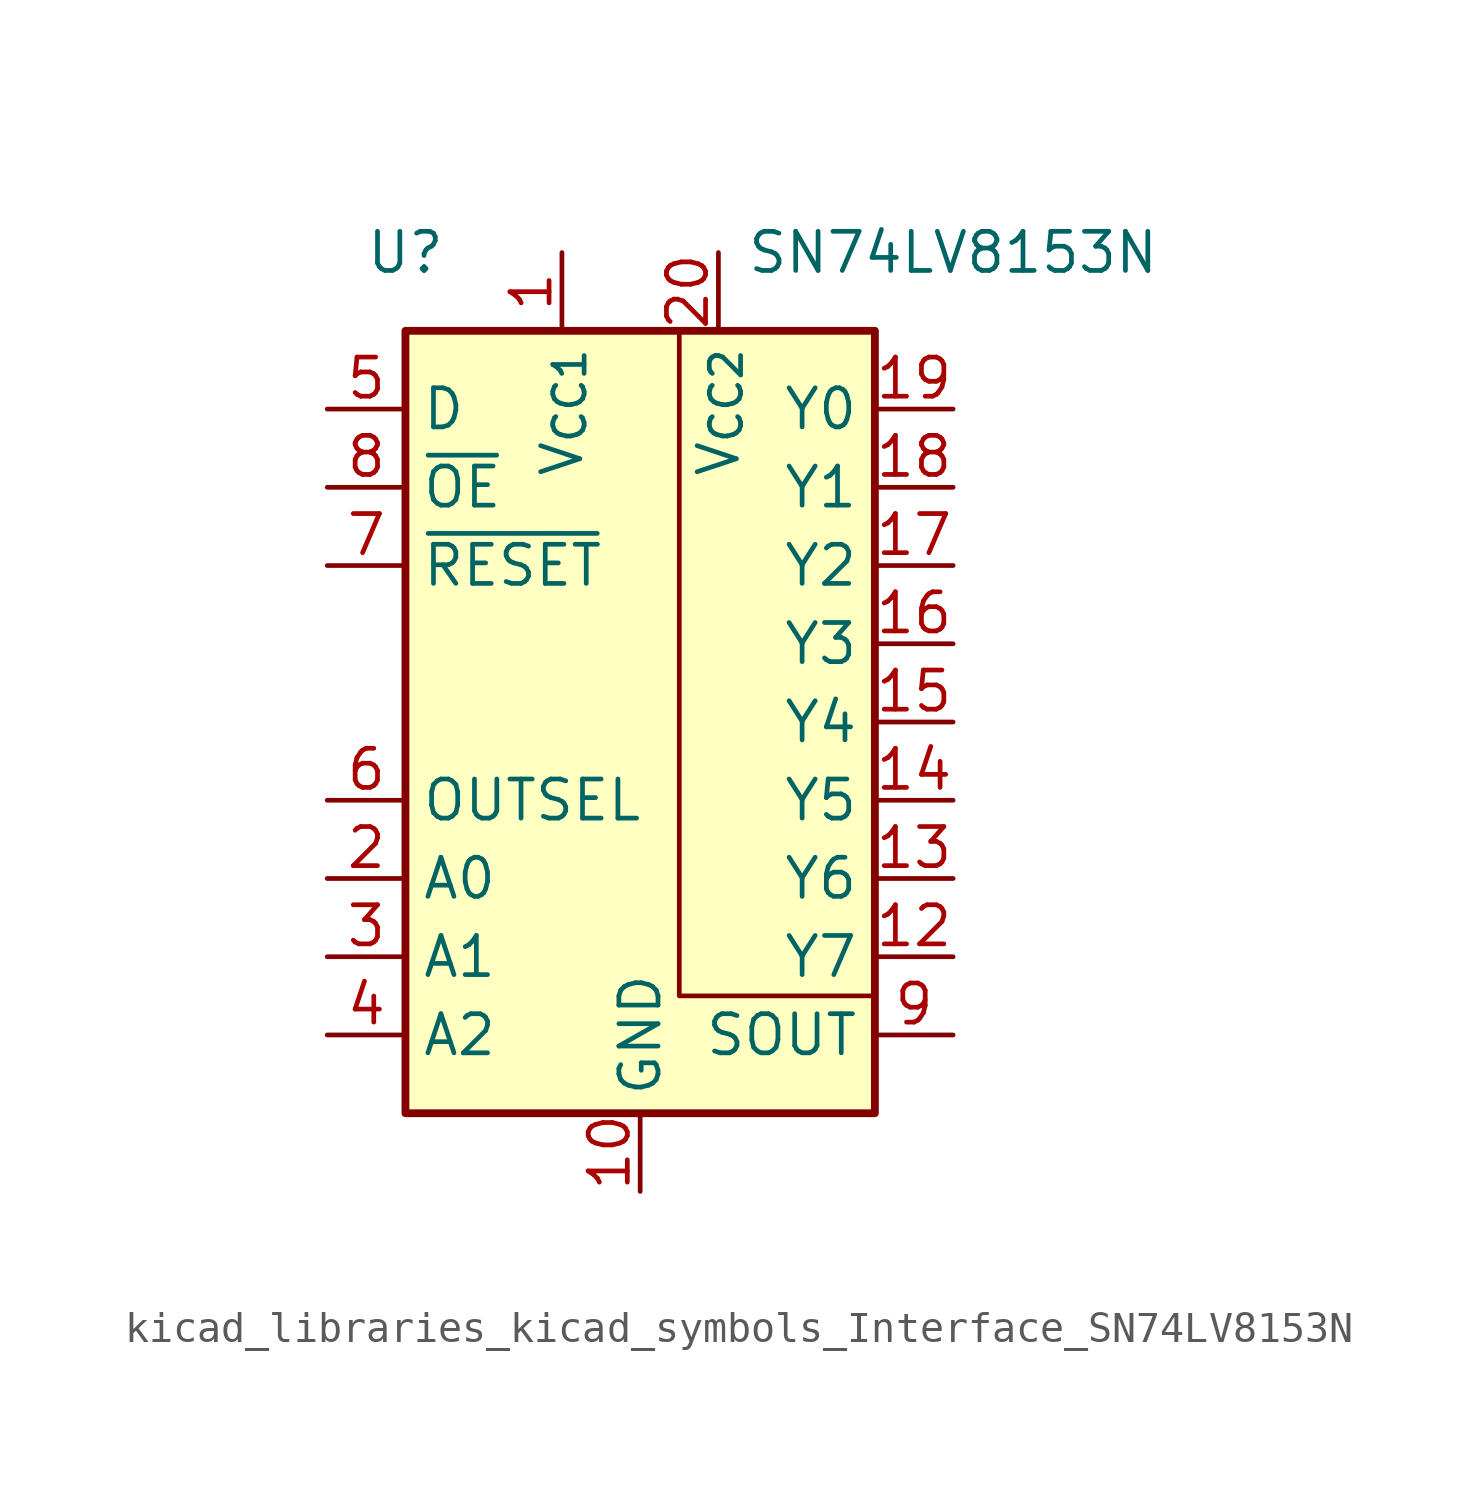
<source format=kicad_sym>
(kicad_symbol_lib
  (version 20220914)
  (generator kicad_symbol_editor)
  (symbol "kicad_libraries_kicad_symbols_Interface_SN74LV8153N"
    (property "Reference" "U"
      (at -7.62 15.24 0)
      (effects (font (size 1.27 1.27))))
    (property "Value" "SN74LV8153N"
      (at 10.16 15.24 0)
      (effects (font (size 1.27 1.27))))
    (symbol "kicad_libraries_kicad_symbols_Interface_SN74LV8153N_0_1"
      (rectangle (start -7.62 12.7) (end 7.62 -12.7) (stroke (width 0.254) (type default)) (fill (type background)))
      (polyline (pts (xy 1.27 12.7) (xy 1.27 -8.89) (xy 7.62 -8.89)) (stroke (width 0) (type default)) (fill (type none))))
    (symbol "kicad_libraries_kicad_symbols_Interface_SN74LV8153N_1_1"
      (pin power_in line (at -2.54 15.24 270) (length 2.54) (name "V_{CC1}" (effects (font (size 1.27 1.27)))) (number "1" (effects (font (size 1.27 1.27)))))
      (pin power_in line (at 0 -15.24 90) (length 2.54) (name "GND" (effects (font (size 1.27 1.27)))) (number "10" (effects (font (size 1.27 1.27)))))
      (pin passive line (at 0 -15.24 90) (length 2.54) hide (name "GND" (effects (font (size 1.27 1.27)))) (number "11" (effects (font (size 1.27 1.27)))))
      (pin open_collector line (at 10.16 -7.62 180) (length 2.54) (name "Y7" (effects (font (size 1.27 1.27)))) (number "12" (effects (font (size 1.27 1.27)))))
      (pin open_collector line (at 10.16 -5.08 180) (length 2.54) (name "Y6" (effects (font (size 1.27 1.27)))) (number "13" (effects (font (size 1.27 1.27)))))
      (pin open_collector line (at 10.16 -2.54 180) (length 2.54) (name "Y5" (effects (font (size 1.27 1.27)))) (number "14" (effects (font (size 1.27 1.27)))))
      (pin open_collector line (at 10.16 0 180) (length 2.54) (name "Y4" (effects (font (size 1.27 1.27)))) (number "15" (effects (font (size 1.27 1.27)))))
      (pin open_collector line (at 10.16 2.54 180) (length 2.54) (name "Y3" (effects (font (size 1.27 1.27)))) (number "16" (effects (font (size 1.27 1.27)))))
      (pin open_collector line (at 10.16 5.08 180) (length 2.54) (name "Y2" (effects (font (size 1.27 1.27)))) (number "17" (effects (font (size 1.27 1.27)))))
      (pin open_collector line (at 10.16 7.62 180) (length 2.54) (name "Y1" (effects (font (size 1.27 1.27)))) (number "18" (effects (font (size 1.27 1.27)))))
      (pin open_collector line (at 10.16 10.16 180) (length 2.54) (name "Y0" (effects (font (size 1.27 1.27)))) (number "19" (effects (font (size 1.27 1.27)))))
      (pin input line (at -10.16 -5.08 0) (length 2.54) (name "A0" (effects (font (size 1.27 1.27)))) (number "2" (effects (font (size 1.27 1.27)))))
      (pin power_in line (at 2.54 15.24 270) (length 2.54) (name "V_{CC2}" (effects (font (size 1.27 1.27)))) (number "20" (effects (font (size 1.27 1.27)))))
      (pin input line (at -10.16 -7.62 0) (length 2.54) (name "A1" (effects (font (size 1.27 1.27)))) (number "3" (effects (font (size 1.27 1.27)))))
      (pin input line (at -10.16 -10.16 0) (length 2.54) (name "A2" (effects (font (size 1.27 1.27)))) (number "4" (effects (font (size 1.27 1.27)))))
      (pin input line (at -10.16 10.16 0) (length 2.54) (name "D" (effects (font (size 1.27 1.27)))) (number "5" (effects (font (size 1.27 1.27)))))
      (pin input line (at -10.16 -2.54 0) (length 2.54) (name "OUTSEL" (effects (font (size 1.27 1.27)))) (number "6" (effects (font (size 1.27 1.27)))))
      (pin input line (at -10.16 5.08 0) (length 2.54) (name "~{RESET}" (effects (font (size 1.27 1.27)))) (number "7" (effects (font (size 1.27 1.27)))))
      (pin input line (at -10.16 7.62 0) (length 2.54) (name "~{OE}" (effects (font (size 1.27 1.27)))) (number "8" (effects (font (size 1.27 1.27)))))
      (pin output line (at 10.16 -10.16 180) (length 2.54) (name "SOUT" (effects (font (size 1.27 1.27)))) (number "9" (effects (font (size 1.27 1.27))))))))
</source>
